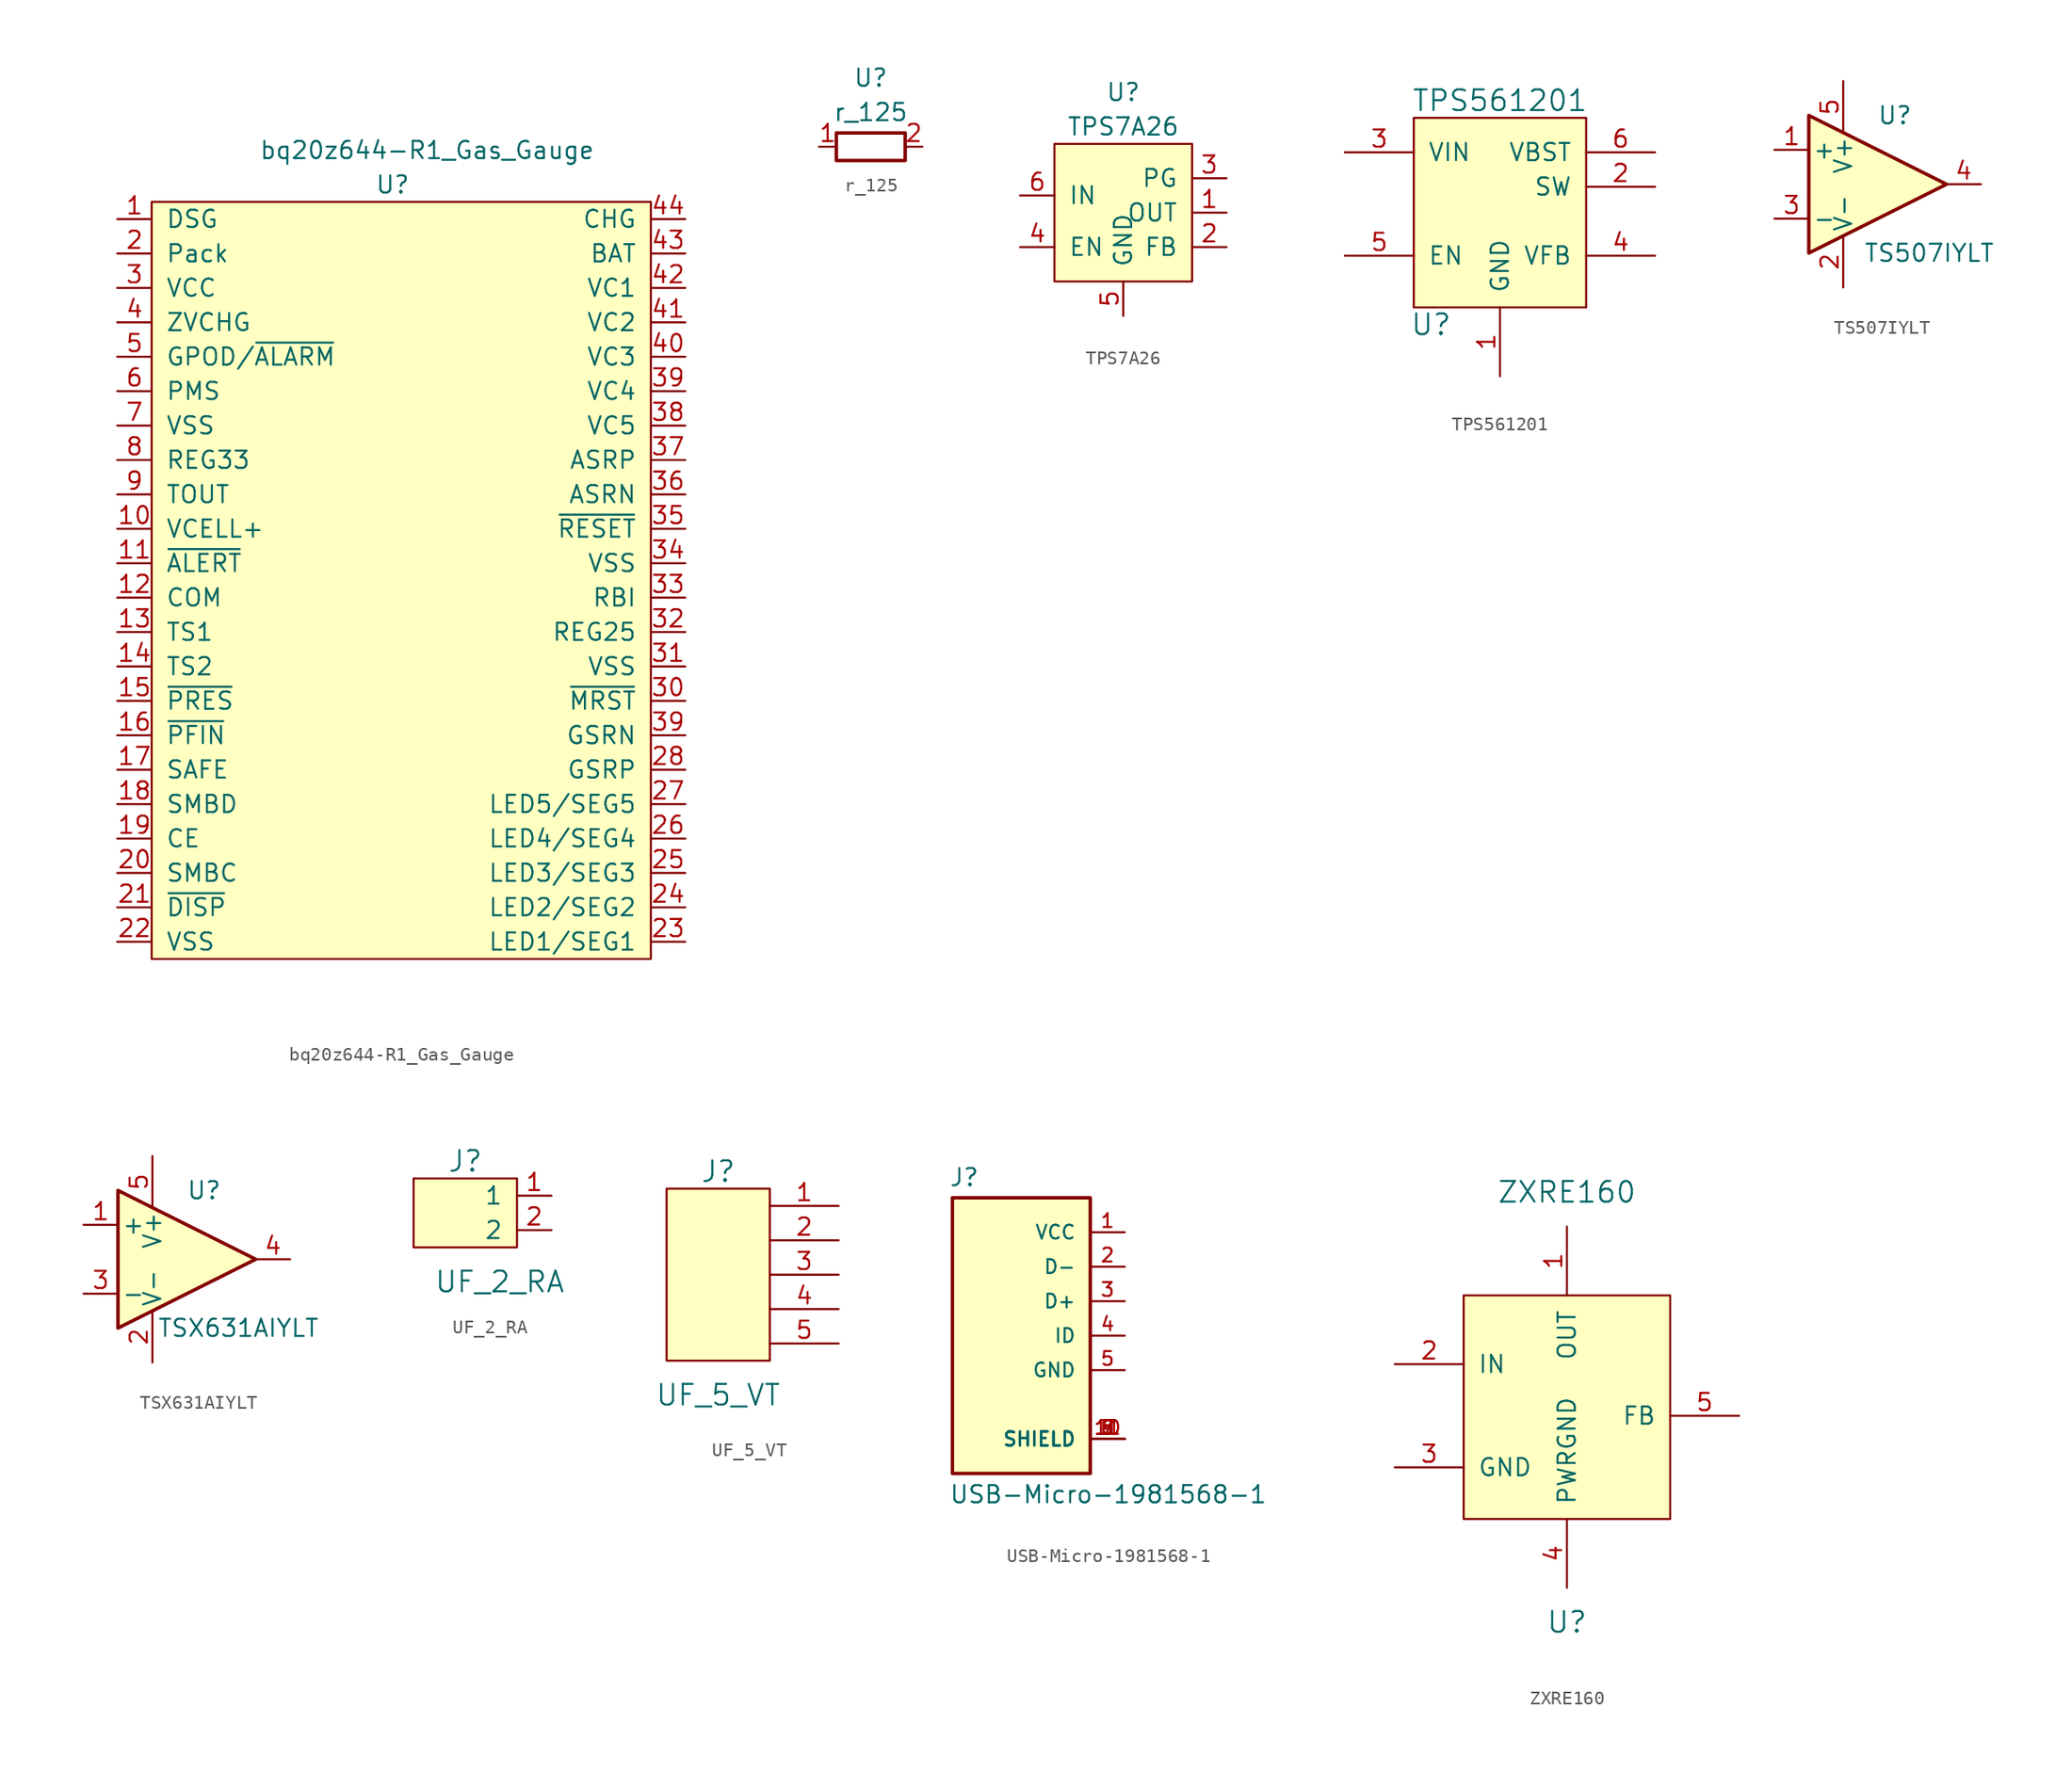
<source format=kicad_sym>
(kicad_symbol_lib
  (version 20211014)
  (generator kicad_symbol_editor)
  (symbol "bq20z644-R1_Gas_Gauge"
    (pin_names
      (offset 1.016))
    (property "Reference" "U"
      (at 0 29.21 0)
      (effects (font (size 1.27 1.27))))
    (property "Value" "bq20z644-R1_Gas_Gauge"
      (at 2.54 31.75 0)
      (effects (font (size 1.27 1.27))))
    (symbol "bq20z644-R1_Gas_Gauge_0_1"
      (rectangle (start -17.78 27.94) (end 19.05 -27.94) (stroke (width 0) (type default) (color 0 0 0 0)) (fill (type background))))
    (symbol "bq20z644-R1_Gas_Gauge_1_1"
      (pin input line (at -20.32 26.67 0) (length 2.54) (name "DSG" (effects (font (size 1.27 1.27)))) (number "1" (effects (font (size 1.27 1.27)))))
      (pin input line (at -20.32 3.81 0) (length 2.54) (name "VCELL+" (effects (font (size 1.27 1.27)))) (number "10" (effects (font (size 1.27 1.27)))))
      (pin input line (at -20.32 1.27 0) (length 2.54) (name "~{ALERT}" (effects (font (size 1.27 1.27)))) (number "11" (effects (font (size 1.27 1.27)))))
      (pin input line (at -20.32 -1.27 0) (length 2.54) (name "COM" (effects (font (size 1.27 1.27)))) (number "12" (effects (font (size 1.27 1.27)))))
      (pin input line (at -20.32 -3.81 0) (length 2.54) (name "TS1" (effects (font (size 1.27 1.27)))) (number "13" (effects (font (size 1.27 1.27)))))
      (pin input line (at -20.32 -6.35 0) (length 2.54) (name "TS2" (effects (font (size 1.27 1.27)))) (number "14" (effects (font (size 1.27 1.27)))))
      (pin input line (at -20.32 -8.89 0) (length 2.54) (name "~{PRES}" (effects (font (size 1.27 1.27)))) (number "15" (effects (font (size 1.27 1.27)))))
      (pin input line (at -20.32 -11.43 0) (length 2.54) (name "~{PFIN}" (effects (font (size 1.27 1.27)))) (number "16" (effects (font (size 1.27 1.27)))))
      (pin input line (at -20.32 -13.97 0) (length 2.54) (name "SAFE" (effects (font (size 1.27 1.27)))) (number "17" (effects (font (size 1.27 1.27)))))
      (pin input line (at -20.32 -16.51 0) (length 2.54) (name "SMBD" (effects (font (size 1.27 1.27)))) (number "18" (effects (font (size 1.27 1.27)))))
      (pin input line (at -20.32 -19.05 0) (length 2.54) (name "CE" (effects (font (size 1.27 1.27)))) (number "19" (effects (font (size 1.27 1.27)))))
      (pin input line (at -20.32 24.13 0) (length 2.54) (name "Pack" (effects (font (size 1.27 1.27)))) (number "2" (effects (font (size 1.27 1.27)))))
      (pin input line (at -20.32 -21.59 0) (length 2.54) (name "SMBC" (effects (font (size 1.27 1.27)))) (number "20" (effects (font (size 1.27 1.27)))))
      (pin input line (at -20.32 -24.13 0) (length 2.54) (name "~{DISP}" (effects (font (size 1.27 1.27)))) (number "21" (effects (font (size 1.27 1.27)))))
      (pin input line (at -20.32 -26.67 0) (length 2.54) (name "VSS" (effects (font (size 1.27 1.27)))) (number "22" (effects (font (size 1.27 1.27)))))
      (pin input line (at 21.59 -26.67 180) (length 2.54) (name "LED1/SEG1" (effects (font (size 1.27 1.27)))) (number "23" (effects (font (size 1.27 1.27)))))
      (pin input line (at 21.59 -24.13 180) (length 2.54) (name "LED2/SEG2" (effects (font (size 1.27 1.27)))) (number "24" (effects (font (size 1.27 1.27)))))
      (pin input line (at 21.59 -21.59 180) (length 2.54) (name "LED3/SEG3" (effects (font (size 1.27 1.27)))) (number "25" (effects (font (size 1.27 1.27)))))
      (pin input line (at 21.59 -19.05 180) (length 2.54) (name "LED4/SEG4" (effects (font (size 1.27 1.27)))) (number "26" (effects (font (size 1.27 1.27)))))
      (pin input line (at 21.59 -16.51 180) (length 2.54) (name "LED5/SEG5" (effects (font (size 1.27 1.27)))) (number "27" (effects (font (size 1.27 1.27)))))
      (pin input line (at 21.59 -13.97 180) (length 2.54) (name "GSRP" (effects (font (size 1.27 1.27)))) (number "28" (effects (font (size 1.27 1.27)))))
      (pin input line (at -20.32 21.59 0) (length 2.54) (name "VCC" (effects (font (size 1.27 1.27)))) (number "3" (effects (font (size 1.27 1.27)))))
      (pin input line (at 21.59 -8.89 180) (length 2.54) (name "~{MRST}" (effects (font (size 1.27 1.27)))) (number "30" (effects (font (size 1.27 1.27)))))
      (pin input line (at 21.59 -6.35 180) (length 2.54) (name "VSS" (effects (font (size 1.27 1.27)))) (number "31" (effects (font (size 1.27 1.27)))))
      (pin input line (at 21.59 -3.81 180) (length 2.54) (name "REG25" (effects (font (size 1.27 1.27)))) (number "32" (effects (font (size 1.27 1.27)))))
      (pin input line (at 21.59 -1.27 180) (length 2.54) (name "RBI" (effects (font (size 1.27 1.27)))) (number "33" (effects (font (size 1.27 1.27)))))
      (pin input line (at 21.59 1.27 180) (length 2.54) (name "VSS" (effects (font (size 1.27 1.27)))) (number "34" (effects (font (size 1.27 1.27)))))
      (pin input line (at 21.59 3.81 180) (length 2.54) (name "~{RESET}" (effects (font (size 1.27 1.27)))) (number "35" (effects (font (size 1.27 1.27)))))
      (pin input line (at 21.59 6.35 180) (length 2.54) (name "ASRN" (effects (font (size 1.27 1.27)))) (number "36" (effects (font (size 1.27 1.27)))))
      (pin input line (at 21.59 8.89 180) (length 2.54) (name "ASRP" (effects (font (size 1.27 1.27)))) (number "37" (effects (font (size 1.27 1.27)))))
      (pin input line (at 21.59 11.43 180) (length 2.54) (name "VC5" (effects (font (size 1.27 1.27)))) (number "38" (effects (font (size 1.27 1.27)))))
      (pin input line (at 21.59 -11.43 180) (length 2.54) (name "GSRN" (effects (font (size 1.27 1.27)))) (number "39" (effects (font (size 1.27 1.27)))))
      (pin input line (at 21.59 13.97 180) (length 2.54) (name "VC4" (effects (font (size 1.27 1.27)))) (number "39" (effects (font (size 1.27 1.27)))))
      (pin input line (at -20.32 19.05 0) (length 2.54) (name "ZVCHG" (effects (font (size 1.27 1.27)))) (number "4" (effects (font (size 1.27 1.27)))))
      (pin input line (at 21.59 16.51 180) (length 2.54) (name "VC3" (effects (font (size 1.27 1.27)))) (number "40" (effects (font (size 1.27 1.27)))))
      (pin input line (at 21.59 19.05 180) (length 2.54) (name "VC2" (effects (font (size 1.27 1.27)))) (number "41" (effects (font (size 1.27 1.27)))))
      (pin input line (at 21.59 21.59 180) (length 2.54) (name "VC1" (effects (font (size 1.27 1.27)))) (number "42" (effects (font (size 1.27 1.27)))))
      (pin input line (at 21.59 24.13 180) (length 2.54) (name "BAT" (effects (font (size 1.27 1.27)))) (number "43" (effects (font (size 1.27 1.27)))))
      (pin input line (at 21.59 26.67 180) (length 2.54) (name "CHG" (effects (font (size 1.27 1.27)))) (number "44" (effects (font (size 1.27 1.27)))))
      (pin input line (at -20.32 16.51 0) (length 2.54) (name "GPOD/~{ALARM}" (effects (font (size 1.27 1.27)))) (number "5" (effects (font (size 1.27 1.27)))))
      (pin input line (at -20.32 13.97 0) (length 2.54) (name "PMS" (effects (font (size 1.27 1.27)))) (number "6" (effects (font (size 1.27 1.27)))))
      (pin input line (at -20.32 11.43 0) (length 2.54) (name "VSS" (effects (font (size 1.27 1.27)))) (number "7" (effects (font (size 1.27 1.27)))))
      (pin input line (at -20.32 8.89 0) (length 2.54) (name "REG33" (effects (font (size 1.27 1.27)))) (number "8" (effects (font (size 1.27 1.27)))))
      (pin input line (at -20.32 6.35 0) (length 2.54) (name "TOUT" (effects (font (size 1.27 1.27)))) (number "9" (effects (font (size 1.27 1.27)))))))
  (symbol "r_125"
    (pin_names
      (offset 1.016))
    (property "Reference" "U"
      (at 0 5.08 0)
      (effects (font (size 1.27 1.27))))
    (property "Value" "r_125"
      (at 0 2.54 0)
      (effects (font (size 1.27 1.27))))
    (symbol "r_125_1_1"
      (rectangle (start 2.54 -1.016) (end -2.54 1.016) (stroke (width 0.254) (type default) (color 0 0 0 0)) (fill (type none)))
      (pin passive line (at -3.81 0 0) (length 1.27) (name "~" (effects (font (size 1.27 1.27)))) (number "1" (effects (font (size 1.27 1.27)))))
      (pin passive line (at 3.81 0 180) (length 1.27) (name "~" (effects (font (size 1.27 1.27)))) (number "2" (effects (font (size 1.27 1.27)))))))
  (symbol "TPS7A26"
    (pin_names
      (offset 1.016))
    (property "Reference" "U"
      (at 0 8.89 0)
      (effects (font (size 1.27 1.27))))
    (property "Value" "TPS7A26"
      (at 0 6.35 0)
      (effects (font (size 1.27 1.27))))
    (symbol "TPS7A26_0_1"
      (rectangle (start -5.08 5.08) (end 5.08 -5.08) (stroke (width 0) (type default) (color 0 0 0 0)) (fill (type background))))
    (symbol "TPS7A26_1_1"
      (pin output line (at 7.62 0 180) (length 2.54) (name "OUT" (effects (font (size 1.27 1.27)))) (number "1" (effects (font (size 1.27 1.27)))))
      (pin unspecified line (at 7.62 -2.54 180) (length 2.54) (name "FB" (effects (font (size 1.27 1.27)))) (number "2" (effects (font (size 1.27 1.27)))))
      (pin unspecified line (at 7.62 2.54 180) (length 2.54) (name "PG" (effects (font (size 1.27 1.27)))) (number "3" (effects (font (size 1.27 1.27)))))
      (pin unspecified line (at -7.62 -2.54 0) (length 2.54) (name "EN" (effects (font (size 1.27 1.27)))) (number "4" (effects (font (size 1.27 1.27)))))
      (pin unspecified line (at 0 -7.62 90) (length 2.54) (name "GND" (effects (font (size 1.27 1.27)))) (number "5" (effects (font (size 1.27 1.27)))))
      (pin unspecified line (at -7.62 1.27 0) (length 2.54) (name "IN" (effects (font (size 1.27 1.27)))) (number "6" (effects (font (size 1.27 1.27)))))))
  (symbol "TPS561201"
    (pin_names
      (offset 1.016))
    (property "Reference" "U"
      (at -5.08 -7.62 0)
      (effects (font (size 1.524 1.524))))
    (property "Value" "TPS561201"
      (at 0 8.89 0)
      (effects (font (size 1.524 1.524))))
    (symbol "TPS561201_0_1"
      (rectangle (start -6.35 7.62) (end 6.35 -6.35) (stroke (width 0) (type default) (color 0 0 0 0)) (fill (type background))))
    (symbol "TPS561201_1_1"
      (pin passive line (at 0 -11.43 90) (length 5.08) (name "GND" (effects (font (size 1.27 1.27)))) (number "1" (effects (font (size 1.27 1.27)))))
      (pin passive line (at 11.43 2.54 180) (length 5.08) (name "SW" (effects (font (size 1.27 1.27)))) (number "2" (effects (font (size 1.27 1.27)))))
      (pin passive line (at -11.43 5.08 0) (length 5.08) (name "VIN" (effects (font (size 1.27 1.27)))) (number "3" (effects (font (size 1.27 1.27)))))
      (pin input line (at 11.43 -2.54 180) (length 5.08) (name "VFB" (effects (font (size 1.27 1.27)))) (number "4" (effects (font (size 1.27 1.27)))))
      (pin input line (at -11.43 -2.54 0) (length 5.08) (name "EN" (effects (font (size 1.27 1.27)))) (number "5" (effects (font (size 1.27 1.27)))))
      (pin passive line (at 11.43 5.08 180) (length 5.08) (name "VBST" (effects (font (size 1.27 1.27)))) (number "6" (effects (font (size 1.27 1.27)))))))
  (symbol "TS507IYLT"
    (pin_names
      (offset 0.254))
    (property "Reference" "U"
      (at 1.27 5.08 0)
      (effects (font (size 1.27 1.27))))
    (property "Value" "TS507IYLT"
      (at 3.81 -5.08 0)
      (effects (font (size 1.27 1.27))))
    (symbol "TS507IYLT_0_1"
      (polyline (pts (xy -5.08 5.08) (xy 5.08 0) (xy -5.08 -5.08) (xy -5.08 5.08)) (stroke (width 0.254) (type default) (color 0 0 0 0)) (fill (type background))))
    (symbol "TS507IYLT_1_1"
      (pin input line (at -7.62 2.54 0) (length 2.54) (name "+" (effects (font (size 1.27 1.27)))) (number "1" (effects (font (size 1.27 1.27)))))
      (pin input line (at -2.54 -7.62 90) (length 3.81) (name "V-" (effects (font (size 1.27 1.27)))) (number "2" (effects (font (size 1.27 1.27)))))
      (pin input line (at -7.62 -2.54 0) (length 2.54) (name "-" (effects (font (size 1.27 1.27)))) (number "3" (effects (font (size 1.27 1.27)))))
      (pin output line (at 7.62 0 180) (length 2.54) (name "~" (effects (font (size 1.27 1.27)))) (number "4" (effects (font (size 1.27 1.27)))))
      (pin input line (at -2.54 7.62 270) (length 3.81) (name "V+" (effects (font (size 1.27 1.27)))) (number "5" (effects (font (size 1.27 1.27)))))))
  (symbol "TSX631AIYLT"
    (pin_names
      (offset 0.254))
    (property "Reference" "U"
      (at 1.27 5.08 0)
      (effects (font (size 1.27 1.27))))
    (property "Value" "TSX631AIYLT"
      (at 3.81 -5.08 0)
      (effects (font (size 1.27 1.27))))
    (symbol "TSX631AIYLT_0_1"
      (polyline (pts (xy -5.08 5.08) (xy 5.08 0) (xy -5.08 -5.08) (xy -5.08 5.08)) (stroke (width 0.254) (type default) (color 0 0 0 0)) (fill (type background))))
    (symbol "TSX631AIYLT_1_1"
      (pin input line (at -7.62 2.54 0) (length 2.54) (name "+" (effects (font (size 1.27 1.27)))) (number "1" (effects (font (size 1.27 1.27)))))
      (pin input line (at -2.54 -7.62 90) (length 3.81) (name "V-" (effects (font (size 1.27 1.27)))) (number "2" (effects (font (size 1.27 1.27)))))
      (pin input line (at -7.62 -2.54 0) (length 2.54) (name "-" (effects (font (size 1.27 1.27)))) (number "3" (effects (font (size 1.27 1.27)))))
      (pin output line (at 7.62 0 180) (length 2.54) (name "~" (effects (font (size 1.27 1.27)))) (number "4" (effects (font (size 1.27 1.27)))))
      (pin input line (at -2.54 7.62 270) (length 3.81) (name "V+" (effects (font (size 1.27 1.27)))) (number "5" (effects (font (size 1.27 1.27)))))))
  (symbol "UF_2_RA"
    (pin_names
      (offset 1.016))
    (property "Reference" "J"
      (at 0 3.81 0)
      (effects (font (size 1.524 1.524))))
    (property "Value" "UF_2_RA"
      (at 2.54 -5.08 0)
      (effects (font (size 1.524 1.524))))
    (symbol "UF_2_RA_0_1"
      (rectangle (start 3.81 -2.54) (end -3.81 2.54) (stroke (width 0) (type default) (color 0 0 0 0)) (fill (type background))))
    (symbol "UF_2_RA_1_1"
      (pin bidirectional line (at 6.35 1.27 180) (length 2.54) (name "1" (effects (font (size 1.27 1.27)))) (number "1" (effects (font (size 1.27 1.27)))))
      (pin bidirectional line (at 6.35 -1.27 180) (length 2.54) (name "2" (effects (font (size 1.27 1.27)))) (number "2" (effects (font (size 1.27 1.27)))))))
  (symbol "UF_5_VT"
    (pin_names
      (offset 1.016) hide)
    (property "Reference" "J"
      (at 0 7.62 0)
      (effects (font (size 1.524 1.524))))
    (property "Value" "UF_5_VT"
      (at 0 -8.89 0)
      (effects (font (size 1.524 1.524))))
    (symbol "UF_5_VT_0_1"
      (rectangle (start 3.81 6.35) (end -3.81 -6.35) (stroke (width 0) (type default) (color 0 0 0 0)) (fill (type background))))
    (symbol "UF_5_VT_1_1"
      (pin passive line (at 8.89 5.08 180) (length 5.08) (name "1" (effects (font (size 1.27 1.27)))) (number "1" (effects (font (size 1.27 1.27)))))
      (pin passive line (at 8.89 2.54 180) (length 5.08) (name "2" (effects (font (size 1.27 1.27)))) (number "2" (effects (font (size 1.27 1.27)))))
      (pin passive line (at 8.89 0 180) (length 5.08) (name "3" (effects (font (size 1.27 1.27)))) (number "3" (effects (font (size 1.27 1.27)))))
      (pin passive line (at 8.89 -2.54 180) (length 5.08) (name "4" (effects (font (size 1.27 1.27)))) (number "4" (effects (font (size 1.27 1.27)))))
      (pin input line (at 8.89 -5.08 180) (length 5.08) (name "~" (effects (font (size 1.27 1.27)))) (number "5" (effects (font (size 1.27 1.27)))))))
  (symbol "USB-Micro-1981568-1"
    (pin_names
      (offset 1.016))
    (property "Reference" "J"
      (at -5.334 10.922 0)
      (effects (font (size 1.27 1.27)) (justify left bottom)))
    (property "Value" "USB-Micro-1981568-1"
      (at -5.334 -12.446 0)
      (effects (font (size 1.27 1.27)) (justify left bottom)))
    (symbol "USB-Micro-1981568-1_0_0"
      (rectangle (start -5.08 -10.16) (end 5.08 10.16) (stroke (width 0.254) (type default) (color 0 0 0 0)) (fill (type background)))
      (pin passive line (at 7.62 7.62 180) (length 2.54) (name "VCC" (effects (font (size 1.016 1.016)))) (number "1" (effects (font (size 1.016 1.016)))))
      (pin passive line (at 7.62 -7.62 180) (length 2.54) (name "SHIELD" (effects (font (size 1.016 1.016)))) (number "10" (effects (font (size 1.016 1.016)))))
      (pin passive line (at 7.62 -7.62 180) (length 2.54) (name "SHIELD" (effects (font (size 1.016 1.016)))) (number "11" (effects (font (size 1.016 1.016)))))
      (pin passive line (at 7.62 5.08 180) (length 2.54) (name "D-" (effects (font (size 1.016 1.016)))) (number "2" (effects (font (size 1.016 1.016)))))
      (pin passive line (at 7.62 2.54 180) (length 2.54) (name "D+" (effects (font (size 1.016 1.016)))) (number "3" (effects (font (size 1.016 1.016)))))
      (pin passive line (at 7.62 0 180) (length 2.54) (name "ID" (effects (font (size 1.016 1.016)))) (number "4" (effects (font (size 1.016 1.016)))))
      (pin passive line (at 7.62 -2.54 180) (length 2.54) (name "GND" (effects (font (size 1.016 1.016)))) (number "5" (effects (font (size 1.016 1.016)))))
      (pin passive line (at 7.62 -7.62 180) (length 2.54) (name "SHIELD" (effects (font (size 1.016 1.016)))) (number "6" (effects (font (size 1.016 1.016)))))
      (pin passive line (at 7.62 -7.62 180) (length 2.54) (name "SHIELD" (effects (font (size 1.016 1.016)))) (number "7" (effects (font (size 1.016 1.016)))))
      (pin passive line (at 7.62 -7.62 180) (length 2.54) (name "SHIELD" (effects (font (size 1.016 1.016)))) (number "8" (effects (font (size 1.016 1.016)))))
      (pin passive line (at 7.62 -7.62 180) (length 2.54) (name "SHIELD" (effects (font (size 1.016 1.016)))) (number "9" (effects (font (size 1.016 1.016)))))))
  (symbol "ZXRE160"
    (pin_names
      (offset 1.016))
    (property "Reference" "U"
      (at 0 -15.24 0)
      (effects (font (size 1.524 1.524))))
    (property "Value" "ZXRE160"
      (at 0 16.51 0)
      (effects (font (size 1.524 1.524))))
    (symbol "ZXRE160_0_1"
      (rectangle (start -7.62 8.89) (end 7.62 -7.62) (stroke (width 0) (type default) (color 0 0 0 0)) (fill (type background))))
    (symbol "ZXRE160_1_1"
      (pin output line (at 0 13.97 270) (length 5.08) (name "OUT" (effects (font (size 1.27 1.27)))) (number "1" (effects (font (size 1.27 1.27)))))
      (pin input line (at -12.7 3.81 0) (length 5.08) (name "IN" (effects (font (size 1.27 1.27)))) (number "2" (effects (font (size 1.27 1.27)))))
      (pin bidirectional line (at -12.7 -3.81 0) (length 5.08) (name "GND" (effects (font (size 1.27 1.27)))) (number "3" (effects (font (size 1.27 1.27)))))
      (pin bidirectional line (at 0 -12.7 90) (length 5.08) (name "PWRGND" (effects (font (size 1.27 1.27)))) (number "4" (effects (font (size 1.27 1.27)))))
      (pin bidirectional line (at 12.7 0 180) (length 5.08) (name "FB" (effects (font (size 1.27 1.27)))) (number "5" (effects (font (size 1.27 1.27))))))))
</source>
